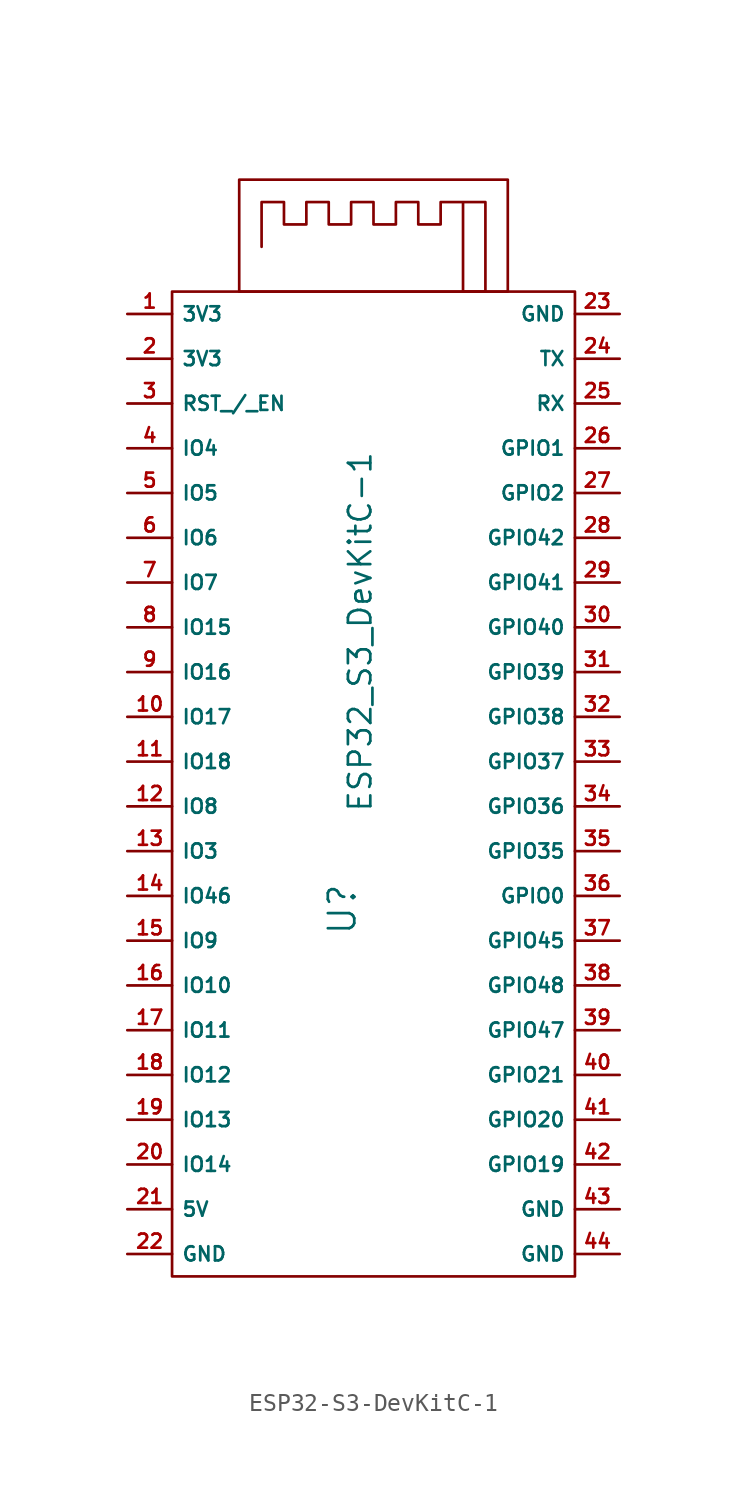
<source format=kicad_sym>
(kicad_symbol_lib
  (version 20241209)
  (generator "kicad_symbol_editor")
  (generator_version "9.0")
  (symbol "ESP32-S3-DevKitC-1"
    (property "Reference" "U"
      (at -1.778 -22.352 90)
      (effects (font (size 1.5 1.5))))
    (property "Value" "ESP32_S3_DevKitC-1"
      (at -0.762 -6.604 90)
      (effects (font (size 1.27 1.27))))
    (symbol "ESP32-S3-DevKitC-1_0_1"
      (rectangle (start -11.43 12.7) (end 11.43 -43.18) (stroke (width 0) (type default)) (fill (type none)))
      (rectangle (start -7.62 19.05) (end 7.62 12.7) (stroke (width 0) (type default)) (fill (type none)))
      (polyline (pts (xy -6.35 15.24) (xy -6.35 17.78) (xy -5.08 17.78) (xy -5.08 16.51) (xy -3.81 16.51) (xy -3.81 17.78) (xy -2.54 17.78) (xy -2.54 16.51) (xy -1.27 16.51) (xy -1.27 17.78) (xy 0 17.78) (xy 0 16.51) (xy 1.27 16.51) (xy 1.27 17.78) (xy 2.54 17.78) (xy 2.54 16.51) (xy 3.81 16.51) (xy 3.81 17.78) (xy 6.35 17.78) (xy 6.35 12.7) (xy 5.08 12.7) (xy 5.08 17.78)) (stroke (width 0) (type default)) (fill (type none))))
    (symbol "ESP32-S3-DevKitC-1_1_1"
      (pin power_out line (at -13.97 11.43 0) (length 2.54) (name "3V3" (effects (font (size 0.8 0.8)))) (number "1" (effects (font (size 0.8 0.8)))))
      (pin power_out line (at -13.97 8.89 0) (length 2.54) (name "3V3" (effects (font (size 0.8 0.8)))) (number "2" (effects (font (size 0.8 0.8)))))
      (pin input line (at -13.97 6.35 0) (length 2.54) (name "RST_/_EN" (effects (font (size 0.8 0.8)))) (number "3" (effects (font (size 0.8 0.8)))))
      (pin bidirectional line (at -13.97 3.81 0) (length 2.54) (name "IO4" (effects (font (size 0.8 0.8)))) (number "4" (effects (font (size 0.8 0.8)))))
      (pin bidirectional line (at -13.97 1.27 0) (length 2.54) (name "IO5" (effects (font (size 0.8 0.8)))) (number "5" (effects (font (size 0.8 0.8)))))
      (pin bidirectional line (at -13.97 -1.27 0) (length 2.54) (name "IO6" (effects (font (size 0.8 0.8)))) (number "6" (effects (font (size 0.8 0.8)))))
      (pin bidirectional line (at -13.97 -3.81 0) (length 2.54) (name "IO7" (effects (font (size 0.8 0.8)))) (number "7" (effects (font (size 0.8 0.8)))))
      (pin bidirectional line (at -13.97 -6.35 0) (length 2.54) (name "IO15" (effects (font (size 0.8 0.8)))) (number "8" (effects (font (size 0.8 0.8)))))
      (pin bidirectional line (at -13.97 -8.89 0) (length 2.54) (name "IO16" (effects (font (size 0.8 0.8)))) (number "9" (effects (font (size 0.8 0.8)))))
      (pin bidirectional line (at -13.97 -11.43 0) (length 2.54) (name "IO17" (effects (font (size 0.8 0.8)))) (number "10" (effects (font (size 0.8 0.8)))))
      (pin bidirectional line (at -13.97 -13.97 0) (length 2.54) (name "IO18" (effects (font (size 0.8 0.8)))) (number "11" (effects (font (size 0.8 0.8)))))
      (pin bidirectional line (at -13.97 -16.51 0) (length 2.54) (name "IO8" (effects (font (size 0.8 0.8)))) (number "12" (effects (font (size 0.8 0.8)))))
      (pin bidirectional line (at -13.97 -19.05 0) (length 2.54) (name "IO3" (effects (font (size 0.8 0.8)))) (number "13" (effects (font (size 0.8 0.8)))))
      (pin output line (at -13.97 -21.59 0) (length 2.54) (name "IO46" (effects (font (size 0.8 0.8)))) (number "14" (effects (font (size 0.8 0.8)))))
      (pin bidirectional line (at -13.97 -24.13 0) (length 2.54) (name "IO9" (effects (font (size 0.8 0.8)))) (number "15" (effects (font (size 0.8 0.8)))))
      (pin bidirectional line (at -13.97 -26.67 0) (length 2.54) (name "IO10" (effects (font (size 0.8 0.8)))) (number "16" (effects (font (size 0.8 0.8)))))
      (pin bidirectional line (at -13.97 -29.21 0) (length 2.54) (name "IO11" (effects (font (size 0.8 0.8)))) (number "17" (effects (font (size 0.8 0.8)))))
      (pin bidirectional line (at -13.97 -31.75 0) (length 2.54) (name "IO12" (effects (font (size 0.8 0.8)))) (number "18" (effects (font (size 0.8 0.8)))))
      (pin bidirectional line (at -13.97 -34.29 0) (length 2.54) (name "IO13" (effects (font (size 0.8 0.8)))) (number "19" (effects (font (size 0.8 0.8)))))
      (pin bidirectional line (at -13.97 -36.83 0) (length 2.54) (name "IO14" (effects (font (size 0.8 0.8)))) (number "20" (effects (font (size 0.8 0.8)))))
      (pin power_out line (at -13.97 -39.37 0) (length 2.54) (name "5V" (effects (font (size 0.8 0.8)))) (number "21" (effects (font (size 0.8 0.8)))))
      (pin power_in line (at -13.97 -41.91 0) (length 2.54) (name "GND" (effects (font (size 0.8 0.8)))) (number "22" (effects (font (size 0.8 0.8)))))
      (pin power_in line (at 13.97 11.43 180) (length 2.54) (name "GND" (effects (font (size 0.8 0.8)))) (number "23" (effects (font (size 0.8 0.8)))))
      (pin output line (at 13.97 8.89 180) (length 2.54) (name "TX" (effects (font (size 0.8 0.8)))) (number "24" (effects (font (size 0.8 0.8)))))
      (pin input line (at 13.97 6.35 180) (length 2.54) (name "RX" (effects (font (size 0.8 0.8)))) (number "25" (effects (font (size 0.8 0.8)))))
      (pin bidirectional line (at 13.97 3.81 180) (length 2.54) (name "GPIO1" (effects (font (size 0.8 0.8)))) (number "26" (effects (font (size 0.8 0.8)))))
      (pin bidirectional line (at 13.97 1.27 180) (length 2.54) (name "GPIO2" (effects (font (size 0.8 0.8)))) (number "27" (effects (font (size 0.8 0.8)))))
      (pin bidirectional line (at 13.97 -1.27 180) (length 2.54) (name "GPIO42" (effects (font (size 0.8 0.8)))) (number "28" (effects (font (size 0.8 0.8)))))
      (pin bidirectional line (at 13.97 -3.81 180) (length 2.54) (name "GPIO41" (effects (font (size 0.8 0.8)))) (number "29" (effects (font (size 0.8 0.8)))))
      (pin bidirectional line (at 13.97 -6.35 180) (length 2.54) (name "GPIO40" (effects (font (size 0.8 0.8)))) (number "30" (effects (font (size 0.8 0.8)))))
      (pin bidirectional line (at 13.97 -8.89 180) (length 2.54) (name "GPIO39" (effects (font (size 0.8 0.8)))) (number "31" (effects (font (size 0.8 0.8)))))
      (pin bidirectional line (at 13.97 -11.43 180) (length 2.54) (name "GPIO38" (effects (font (size 0.8 0.8)))) (number "32" (effects (font (size 0.8 0.8)))))
      (pin bidirectional line (at 13.97 -13.97 180) (length 2.54) (name "GPIO37" (effects (font (size 0.8 0.8)))) (number "33" (effects (font (size 0.8 0.8)))))
      (pin bidirectional line (at 13.97 -16.51 180) (length 2.54) (name "GPIO36" (effects (font (size 0.8 0.8)))) (number "34" (effects (font (size 0.8 0.8)))))
      (pin bidirectional line (at 13.97 -19.05 180) (length 2.54) (name "GPIO35" (effects (font (size 0.8 0.8)))) (number "35" (effects (font (size 0.8 0.8)))))
      (pin bidirectional line (at 13.97 -21.59 180) (length 2.54) (name "GPIO0" (effects (font (size 0.8 0.8)))) (number "36" (effects (font (size 0.8 0.8)))))
      (pin bidirectional line (at 13.97 -24.13 180) (length 2.54) (name "GPIO45" (effects (font (size 0.8 0.8)))) (number "37" (effects (font (size 0.8 0.8)))))
      (pin bidirectional line (at 13.97 -26.67 180) (length 2.54) (name "GPIO48" (effects (font (size 0.8 0.8)))) (number "38" (effects (font (size 0.8 0.8)))))
      (pin bidirectional line (at 13.97 -29.21 180) (length 2.54) (name "GPIO47" (effects (font (size 0.8 0.8)))) (number "39" (effects (font (size 0.8 0.8)))))
      (pin bidirectional line (at 13.97 -31.75 180) (length 2.54) (name "GPIO21" (effects (font (size 0.8 0.8)))) (number "40" (effects (font (size 0.8 0.8)))))
      (pin bidirectional line (at 13.97 -34.29 180) (length 2.54) (name "GPIO20" (effects (font (size 0.8 0.8)))) (number "41" (effects (font (size 0.8 0.8)))))
      (pin bidirectional line (at 13.97 -36.83 180) (length 2.54) (name "GPIO19" (effects (font (size 0.8 0.8)))) (number "42" (effects (font (size 0.8 0.8)))))
      (pin power_in line (at 13.97 -39.37 180) (length 2.54) (name "GND" (effects (font (size 0.8 0.8)))) (number "43" (effects (font (size 0.8 0.8)))))
      (pin power_in line (at 13.97 -41.91 180) (length 2.54) (name "GND" (effects (font (size 0.8 0.8)))) (number "44" (effects (font (size 0.8 0.8))))))))
</source>
